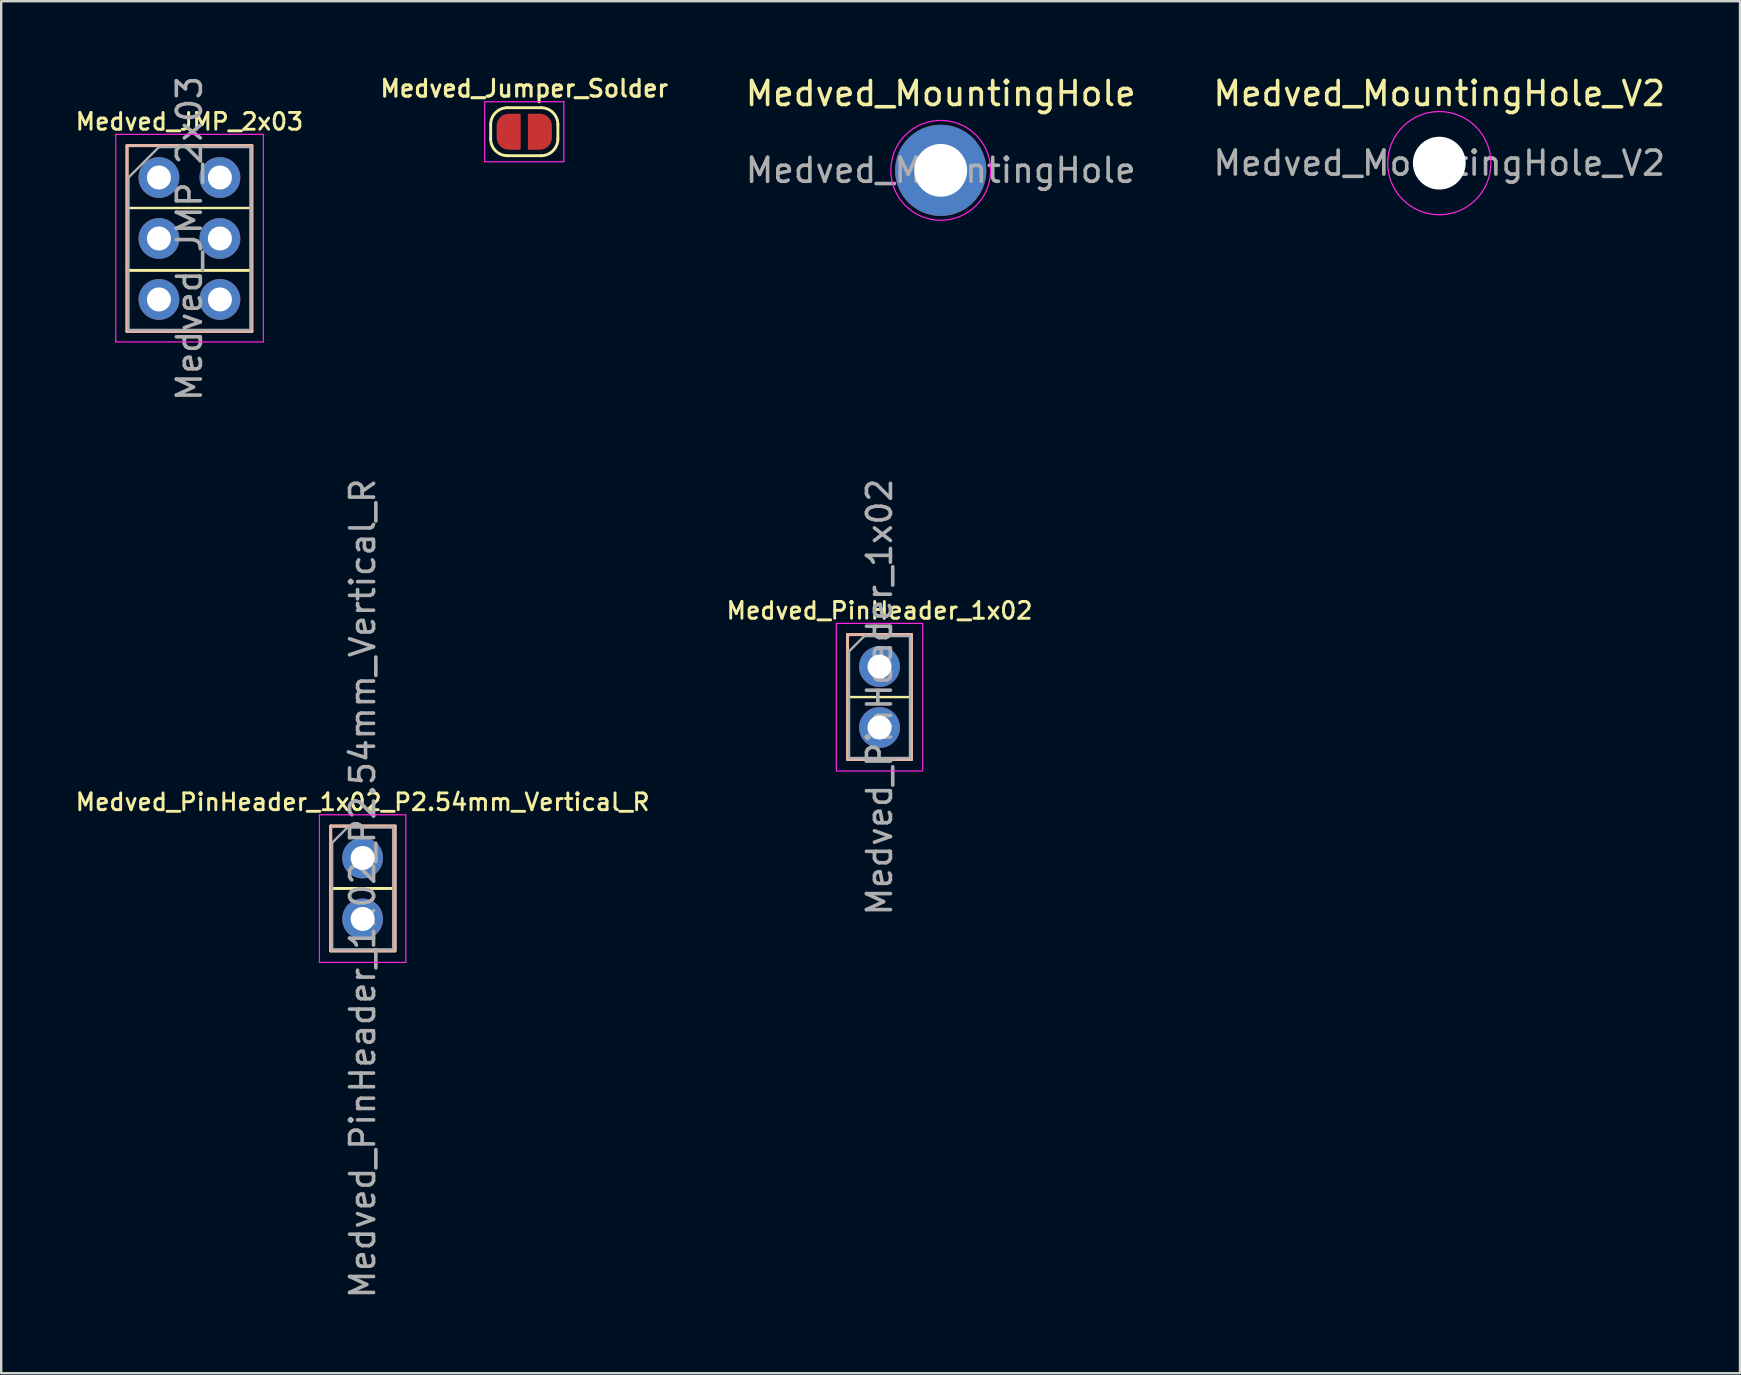
<source format=kicad_pcb>
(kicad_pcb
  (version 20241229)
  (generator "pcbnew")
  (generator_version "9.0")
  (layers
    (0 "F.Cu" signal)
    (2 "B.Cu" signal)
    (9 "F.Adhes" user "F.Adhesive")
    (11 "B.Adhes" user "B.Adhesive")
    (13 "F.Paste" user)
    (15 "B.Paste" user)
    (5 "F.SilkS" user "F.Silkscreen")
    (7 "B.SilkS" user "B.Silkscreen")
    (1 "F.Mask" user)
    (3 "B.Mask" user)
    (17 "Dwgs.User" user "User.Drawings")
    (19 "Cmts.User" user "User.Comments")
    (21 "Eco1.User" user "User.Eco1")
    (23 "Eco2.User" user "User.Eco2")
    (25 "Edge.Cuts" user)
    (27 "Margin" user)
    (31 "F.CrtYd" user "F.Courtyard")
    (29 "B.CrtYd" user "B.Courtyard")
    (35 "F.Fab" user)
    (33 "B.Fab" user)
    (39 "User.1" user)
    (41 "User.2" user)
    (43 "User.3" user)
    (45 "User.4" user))
  (footprint "Medved_PinHeader_1x02_P2.54mm_Vertical_R"
    (layer "F.Cu")
    (at 12.06 32.7)
    (property "Reference" "Medved_PinHeader_1x02_P2.54mm_Vertical_R" (at 0 -2.33 0) (layer "F.SilkS") (effects (font (size 0.7 0.7) (thickness 0.12) (bold yes))))
    (attr through_hole)
    (fp_line (start -1.33 -1.33) (end 1.35 -1.33) (stroke (width 0.12) (type solid)) (layer "F.SilkS"))
    (fp_line (start -1.33 1.27) (end -1.33 -1.33) (stroke (width 0.12) (type solid)) (layer "F.SilkS"))
    (fp_line (start -1.33 1.27) (end -1.33 3.87) (stroke (width 0.12) (type solid)) (layer "F.SilkS"))
    (fp_line (start -1.33 1.27) (end 1.33 1.27) (stroke (width 0.12) (type solid)) (layer "F.SilkS"))
    (fp_line (start -1.33 3.87) (end 1.33 3.87) (stroke (width 0.12) (type solid)) (layer "F.SilkS"))
    (fp_line (start 1.35 -1.33) (end 1.35 3.871) (stroke (width 0.12) (type solid)) (layer "F.SilkS"))
    (fp_line (start -1.33 -1.33) (end 1.35 -1.33) (stroke (width 0.12) (type solid)) (layer "B.SilkS"))
    (fp_line (start -1.33 1.27) (end -1.33 -1.33) (stroke (width 0.12) (type solid)) (layer "B.SilkS"))
    (fp_line (start -1.33 1.27) (end -1.33 3.87) (stroke (width 0.12) (type solid)) (layer "B.SilkS"))
    (fp_line (start -1.33 3.87) (end 1.33 3.87) (stroke (width 0.12) (type solid)) (layer "B.SilkS"))
    (fp_line (start 1.35 -1.33) (end 1.35 3.871) (stroke (width 0.12) (type solid)) (layer "B.SilkS"))
    (fp_line (start -1.8 -1.8) (end -1.8 4.35) (stroke (width 0.05) (type solid)) (layer "F.CrtYd"))
    (fp_line (start -1.8 4.35) (end 1.8 4.35) (stroke (width 0.05) (type solid)) (layer "F.CrtYd"))
    (fp_line (start 1.8 -1.8) (end -1.8 -1.8) (stroke (width 0.05) (type solid)) (layer "F.CrtYd"))
    (fp_line (start 1.8 4.35) (end 1.8 -1.8) (stroke (width 0.05) (type solid)) (layer "F.CrtYd"))
    (fp_line (start -1.27 -0.635) (end -0.635 -1.27) (stroke (width 0.1) (type solid)) (layer "F.Fab"))
    (fp_line (start -1.27 3.81) (end -1.27 -0.635) (stroke (width 0.1) (type solid)) (layer "F.Fab"))
    (fp_line (start -0.635 -1.27) (end 1.27 -1.27) (stroke (width 0.1) (type solid)) (layer "F.Fab"))
    (fp_line (start 1.27 -1.27) (end 1.27 3.81) (stroke (width 0.1) (type solid)) (layer "F.Fab"))
    (fp_line (start 1.27 3.81) (end -1.27 3.81) (stroke (width 0.1) (type solid)) (layer "F.Fab"))
    (fp_text user "${REFERENCE}" (at 0 1.27 90) (layer "F.Fab") (effects (font (size 1 1) (thickness 0.15))))
    (pad "1" thru_hole oval (at 0 0) (size 1.7 1.7) (drill 1) (layers "*.Cu" "*.Mask"))
    (pad "2" thru_hole oval (at 0 2.54) (size 1.7 1.7) (drill 1) (layers "*.Cu" "*.Mask")))
  (footprint "Medved_Jumper_Solder"
    (layer "F.Cu")
    (at 18.795 2.438)
    (property "Reference" "Medved_Jumper_Solder" (at 0 -1.8 0) (layer "F.SilkS") (effects (font (size 0.7 0.7) (thickness 0.13) (bold yes))))
    (attr exclude_from_pos_files exclude_from_bom)
    (fp_line (start -1.4 0.3) (end -1.4 -0.3) (stroke (width 0.12) (type solid)) (layer "F.SilkS"))
    (fp_line (start -0.7 -1) (end 0.7 -1) (stroke (width 0.12) (type solid)) (layer "F.SilkS"))
    (fp_line (start 0.7 1) (end -0.7 1) (stroke (width 0.12) (type solid)) (layer "F.SilkS"))
    (fp_line (start 1.4 -0.3) (end 1.4 0.3) (stroke (width 0.12) (type solid)) (layer "F.SilkS"))
    (fp_arc (start -1.4 -0.3) (mid -1.194975 -0.794975) (end -0.7 -1) (stroke (width 0.12) (type solid)) (layer "F.SilkS"))
    (fp_arc (start -0.7 1) (mid -1.194975 0.794975) (end -1.4 0.3) (stroke (width 0.12) (type solid)) (layer "F.SilkS"))
    (fp_arc (start 0.7 -1) (mid 1.194975 -0.794975) (end 1.4 -0.3) (stroke (width 0.12) (type solid)) (layer "F.SilkS"))
    (fp_arc (start 1.4 0.3) (mid 1.194975 0.794975) (end 0.7 1) (stroke (width 0.12) (type solid)) (layer "F.SilkS"))
    (fp_line (start -1.65 -1.25) (end -1.65 1.25) (stroke (width 0.05) (type solid)) (layer "F.CrtYd"))
    (fp_line (start -1.65 -1.25) (end 1.65 -1.25) (stroke (width 0.05) (type solid)) (layer "F.CrtYd"))
    (fp_line (start 1.65 1.25) (end -1.65 1.25) (stroke (width 0.05) (type solid)) (layer "F.CrtYd"))
    (fp_line (start 1.65 1.25) (end 1.65 -1.25) (stroke (width 0.05) (type solid)) (layer "F.CrtYd"))
    (pad "1" smd custom (at -0.65 0) (size 1 0.5) (layers "F.Cu" "F.Mask") (options (anchor rect)) (primitives (gr_circle (center 0 0.25) (end 0.5 0.25) (width 0) (fill yes)) (gr_circle (center 0 -0.25) (end 0.5 -0.25) (width 0) (fill yes)) (gr_poly (pts (xy 0.5 0.75) (xy 0 0.75) (xy 0 -0.75) (xy 0.5 -0.75)) (width 0) (fill yes))))
    (pad "2" smd custom (at 0.65 0) (size 1 0.5) (layers "F.Cu" "F.Mask") (options (anchor rect)) (primitives (gr_circle (center 0 0.25) (end 0.5 0.25) (width 0) (fill yes)) (gr_circle (center 0 -0.25) (end 0.5 -0.25) (width 0) (fill yes)) (gr_poly (pts (xy 0 0.75) (xy -0.5 0.75) (xy -0.5 -0.75) (xy 0 -0.75)) (width 0) (fill yes)))))
  (footprint "Medved_PinHeader_1x02"
    (layer "F.Cu")
    (at 33.597 24.724)
    (property "Reference" "Medved_PinHeader_1x02" (at 0 -2.33 0) (layer "F.SilkS") (effects (font (size 0.7 0.7) (thickness 0.12) (bold yes))))
    (attr through_hole)
    (fp_line (start -1.33 -1.33) (end 1.33 -1.33) (stroke (width 0.12) (type solid)) (layer "F.SilkS"))
    (fp_line (start -1.33 1.27) (end -1.33 -1.33) (stroke (width 0.12) (type solid)) (layer "F.SilkS"))
    (fp_line (start -1.33 1.27) (end -1.33 3.87) (stroke (width 0.12) (type solid)) (layer "F.SilkS"))
    (fp_line (start -1.33 1.27) (end 1.33 1.27) (stroke (width 0.1) (type default)) (layer "F.SilkS"))
    (fp_line (start -1.33 3.87) (end 1.33 3.87) (stroke (width 0.12) (type solid)) (layer "F.SilkS"))
    (fp_line (start 1.33 -1.33) (end 1.33 3.87) (stroke (width 0.12) (type solid)) (layer "F.SilkS"))
    (fp_line (start -1.33 -1.33) (end 1.33 -1.33) (stroke (width 0.12) (type solid)) (layer "B.SilkS"))
    (fp_line (start -1.33 1.27) (end -1.33 -1.33) (stroke (width 0.12) (type solid)) (layer "B.SilkS"))
    (fp_line (start -1.33 1.27) (end -1.33 3.87) (stroke (width 0.12) (type solid)) (layer "B.SilkS"))
    (fp_line (start -1.33 3.87) (end 1.33 3.87) (stroke (width 0.12) (type solid)) (layer "B.SilkS"))
    (fp_line (start 1.33 -1.33) (end 1.33 3.87) (stroke (width 0.12) (type solid)) (layer "B.SilkS"))
    (fp_rect (start -1.8 -1.8) (end 1.8 4.35) (stroke (width 0.05) (type solid)) (fill no) (layer "F.CrtYd"))
    (fp_line (start -1.27 -0.635) (end -0.635 -1.27) (stroke (width 0.1) (type solid)) (layer "F.Fab"))
    (fp_line (start -1.27 3.81) (end -1.27 -0.635) (stroke (width 0.1) (type solid)) (layer "F.Fab"))
    (fp_line (start -0.635 -1.27) (end 1.27 -1.27) (stroke (width 0.1) (type solid)) (layer "F.Fab"))
    (fp_line (start 1.27 -1.27) (end 1.27 3.81) (stroke (width 0.1) (type solid)) (layer "F.Fab"))
    (fp_line (start 1.27 3.81) (end -1.27 3.81) (stroke (width 0.1) (type solid)) (layer "F.Fab"))
    (fp_text user "${REFERENCE}" (at 0 1.27 90) (layer "F.Fab") (effects (font (size 1 1) (thickness 0.15))))
    (pad "1" thru_hole circle (at 0 0) (size 1.7 1.7) (drill 1) (layers "*.Cu" "*.Mask"))
    (pad "2" thru_hole oval (at 0 2.54) (size 1.7 1.7) (drill 1) (layers "*.Cu" "*.Mask")))
  (footprint "Medved_MountingHole"
    (layer "F.Cu")
    (at 36.147 4.048)
    (property "Reference" "Medved_MountingHole" (at 0 -3.2 0) (layer "F.SilkS") (effects (font (size 1 1) (thickness 0.15))))
    (attr exclude_from_pos_files exclude_from_bom)
    (fp_circle (center 0 0) (end 2.08 0) (stroke (width 0.05) (type solid)) (fill no) (layer "F.CrtYd"))
    (fp_text user "${REFERENCE}" (at 0 0 0) (layer "F.Fab") (effects (font (size 1 1) (thickness 0.15))))
    (pad "" thru_hole circle (at 0 0) (size 3.8 3.8) (drill 2.2) (layers "*.Cu" "*.Mask")))
  (footprint "Medved_JMP_2x03"
    (layer "F.Cu")
    (at 3.573 4.347)
    (property "Reference" "Medved_JMP_2x03" (at 1.27 -2.33 0) (layer "F.SilkS") (effects (font (size 0.7 0.7) (thickness 0.12) (bold yes))))
    (attr through_hole)
    (fp_line (start -1.33 -1.33) (end -1.33 6.41) (stroke (width 0.12) (type solid)) (layer "F.SilkS"))
    (fp_line (start -1.33 -1.33) (end 3.87 -1.33) (stroke (width 0.12) (type solid)) (layer "F.SilkS"))
    (fp_line (start -1.33 3.87) (end 3.85 3.87) (stroke (width 0.12) (type default)) (layer "F.SilkS"))
    (fp_line (start -1.33 6.41) (end 3.87 6.41) (stroke (width 0.12) (type solid)) (layer "F.SilkS"))
    (fp_line (start -1.32 1.27) (end 3.86 1.27) (stroke (width 0.1) (type default)) (layer "F.SilkS"))
    (fp_line (start 3.87 -1.33) (end 3.87 6.41) (stroke (width 0.12) (type solid)) (layer "F.SilkS"))
    (fp_line (start -1.33 -1.33) (end -1.33 6.41) (stroke (width 0.12) (type solid)) (layer "B.SilkS"))
    (fp_line (start -1.33 -1.33) (end 3.87 -1.33) (stroke (width 0.12) (type solid)) (layer "B.SilkS"))
    (fp_line (start -1.33 6.41) (end 3.87 6.41) (stroke (width 0.12) (type solid)) (layer "B.SilkS"))
    (fp_line (start 3.87 -1.33) (end 3.87 6.41) (stroke (width 0.12) (type solid)) (layer "B.SilkS"))
    (fp_line (start -1.8 -1.8) (end -1.8 6.85) (stroke (width 0.05) (type solid)) (layer "F.CrtYd"))
    (fp_line (start -1.8 6.85) (end 4.35 6.85) (stroke (width 0.05) (type solid)) (layer "F.CrtYd"))
    (fp_line (start 4.35 -1.8) (end -1.8 -1.8) (stroke (width 0.05) (type solid)) (layer "F.CrtYd"))
    (fp_line (start 4.35 6.85) (end 4.35 -1.8) (stroke (width 0.05) (type solid)) (layer "F.CrtYd"))
    (fp_line (start -1.27 0) (end 0 -1.27) (stroke (width 0.1) (type solid)) (layer "F.Fab"))
    (fp_line (start -1.27 6.35) (end -1.27 0) (stroke (width 0.1) (type solid)) (layer "F.Fab"))
    (fp_line (start 0 -1.27) (end 3.81 -1.27) (stroke (width 0.1) (type solid)) (layer "F.Fab"))
    (fp_line (start 3.81 -1.27) (end 3.81 6.35) (stroke (width 0.1) (type solid)) (layer "F.Fab"))
    (fp_line (start 3.81 6.35) (end -1.27 6.35) (stroke (width 0.1) (type solid)) (layer "F.Fab"))
    (fp_text user "${REFERENCE}" (at 1.27 2.54 90) (layer "F.Fab") (effects (font (size 1 1) (thickness 0.15))))
    (pad "1" thru_hole circle (at 0 0) (size 1.7 1.7) (drill 1) (layers "*.Cu" "*.Mask"))
    (pad "2" thru_hole oval (at 2.54 0) (size 1.7 1.7) (drill 1) (layers "*.Cu" "*.Mask"))
    (pad "3" thru_hole oval (at 0 2.54) (size 1.7 1.7) (drill 1) (layers "*.Cu" "*.Mask"))
    (pad "4" thru_hole oval (at 2.54 2.54) (size 1.7 1.7) (drill 1) (layers "*.Cu" "*.Mask"))
    (pad "5" thru_hole oval (at 0 5.08) (size 1.7 1.7) (drill 1) (layers "*.Cu" "*.Mask"))
    (pad "6" thru_hole oval (at 2.54 5.08) (size 1.7 1.7) (drill 1) (layers "*.Cu" "*.Mask")))
  (footprint "Medved_MountingHole_V2"
    (layer "F.Cu")
    (at 56.921 3.748)
    (property "Reference" "Medved_MountingHole_V2" (at 0 -2.9 0) (layer "F.SilkS") (effects (font (size 1 1) (thickness 0.15))))
    (attr exclude_from_pos_files exclude_from_bom)
    (fp_circle (center 0 0) (end 2.15 0) (stroke (width 0.05) (type solid)) (fill no) (layer "F.CrtYd"))
    (fp_text user "${REFERENCE}" (at 0 0 0) (layer "F.Fab") (effects (font (size 1 1) (thickness 0.15))))
    (pad "" np_thru_hole circle (at 0 0) (size 2.2 2.2) (drill 2.2) (layers "*.Cu" "*.Mask")))
  (gr_rect
    (start -3 -3)
    (end 69.451 54.167)
    (stroke (width 0.1) (type default))
    (fill no)
    (layer "Edge.Cuts")))
</source>
